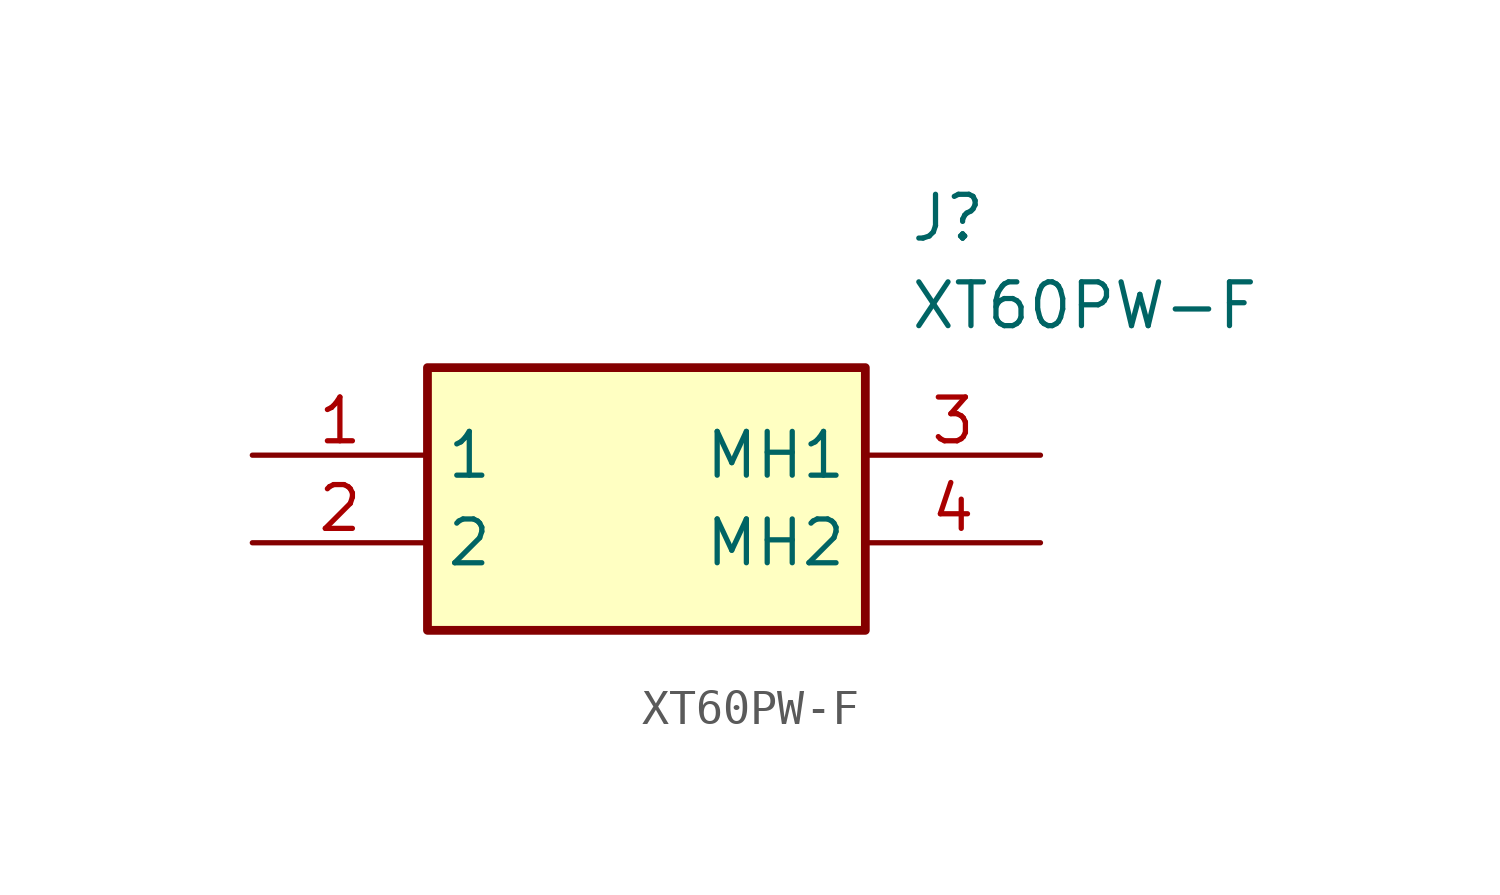
<source format=kicad_sym>
(kicad_symbol_lib
  (version 20211014)
  (generator SamacSys_ECAD_Model)
  (symbol "XT60PW-F"
    (property "Reference" "J"
      (at 19.05 7.62 0)
      (effects (font (size 1.27 1.27)) (justify left top)))
    (property "Value" "XT60PW-F"
      (at 19.05 5.08 0)
      (effects (font (size 1.27 1.27)) (justify left top)))
    (rectangle
      (start 5.08 2.54)
      (end 17.78 -5.08)
      (stroke (width 0.254) (type default))
      (fill (type background)))
    (pin passive line
      (at 0 0 0)
      (length 5.08)
      (name "1" (effects (font (size 1.27 1.27))))
      (number "1" (effects (font (size 1.27 1.27)))))
    (pin passive line
      (at 0 -2.54 0)
      (length 5.08)
      (name "2" (effects (font (size 1.27 1.27))))
      (number "2" (effects (font (size 1.27 1.27)))))
    (pin passive line
      (at 22.86 0 180)
      (length 5.08)
      (name "MH1" (effects (font (size 1.27 1.27))))
      (number "3" (effects (font (size 1.27 1.27)))))
    (pin passive line
      (at 22.86 -2.54 180)
      (length 5.08)
      (name "MH2" (effects (font (size 1.27 1.27))))
      (number "4" (effects (font (size 1.27 1.27)))))))
</source>
